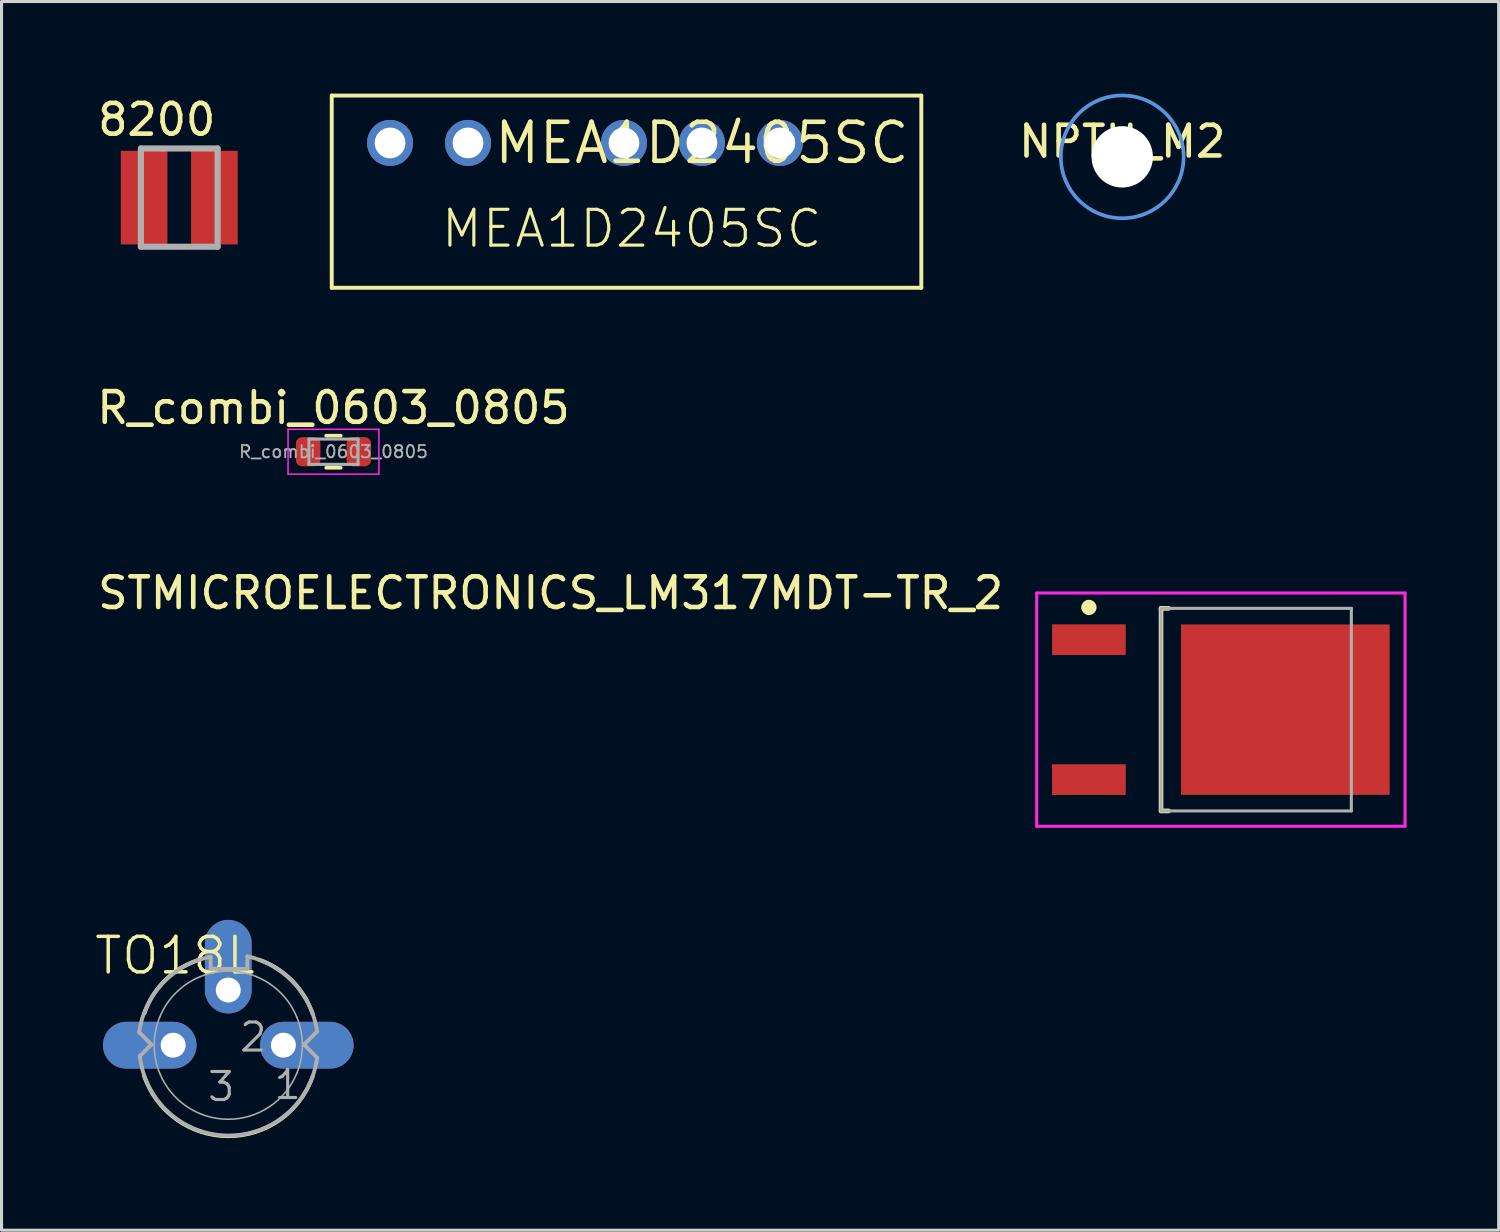
<source format=kicad_pcb>
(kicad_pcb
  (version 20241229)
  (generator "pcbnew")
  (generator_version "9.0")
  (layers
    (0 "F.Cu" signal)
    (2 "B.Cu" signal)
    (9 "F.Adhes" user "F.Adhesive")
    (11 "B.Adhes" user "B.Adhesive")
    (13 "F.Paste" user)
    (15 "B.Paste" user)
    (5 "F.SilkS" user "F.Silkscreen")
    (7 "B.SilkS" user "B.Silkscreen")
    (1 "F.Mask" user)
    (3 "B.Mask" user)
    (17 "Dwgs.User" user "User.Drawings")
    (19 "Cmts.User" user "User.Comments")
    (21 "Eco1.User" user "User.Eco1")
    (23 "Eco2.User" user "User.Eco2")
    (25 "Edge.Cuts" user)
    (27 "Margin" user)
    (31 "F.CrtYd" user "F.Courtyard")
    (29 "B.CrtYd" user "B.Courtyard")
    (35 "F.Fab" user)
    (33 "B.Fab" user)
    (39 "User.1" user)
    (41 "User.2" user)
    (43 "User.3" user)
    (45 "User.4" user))
  (footprint "8200"
    (layer "F.Cu")
    (at 2.79 3.388)
    (property "Reference" "8200" (at 1.27 -2.54 180) (layer "F.SilkS") (effects (font (size 1 1) (thickness 0.15)) (justify right)))
    (fp_line (start -1.25 -1.6) (end 1.25 -1.6) (stroke (width 0.2) (type solid)) (layer "F.Fab"))
    (fp_line (start -1.25 1.6) (end -1.25 -1.6) (stroke (width 0.2) (type solid)) (layer "F.Fab"))
    (fp_line (start 1.25 -1.6) (end 1.25 1.6) (stroke (width 0.2) (type solid)) (layer "F.Fab"))
    (fp_line (start 1.25 1.6) (end -1.25 1.6) (stroke (width 0.2) (type solid)) (layer "F.Fab"))
    (pad "1" smd rect (at -1.145 0 90) (size 3.05 1.52) (layers "F.Cu" "F.Mask" "F.Paste"))
    (pad "2" smd rect (at 1.145 0 90) (size 3.05 1.52) (layers "F.Cu" "F.Mask" "F.Paste")))
  (footprint "STMICROELECTRONICS_LM317MDT-TR_2"
    (layer "F.Cu")
    (at 36.726 20.07)
    (property "Reference" "STMICROELECTRONICS_LM317MDT-TR_2" (at -7 -3.8 180) (layer "F.SilkS") (effects (font (size 1 1) (thickness 0.15)) (justify right)))
    (fp_line (start -1.95 -3.3) (end -1.7 -3.3) (stroke (width 0.15) (type solid)) (layer "F.SilkS"))
    (fp_line (start -1.95 3.3) (end -1.95 -3.3) (stroke (width 0.15) (type solid)) (layer "F.SilkS"))
    (fp_line (start -1.95 3.3) (end -1.7 3.3) (stroke (width 0.15) (type solid)) (layer "F.SilkS"))
    (fp_circle (center -4.3 -3.33) (end -4.175 -3.33) (stroke (width 0.25) (type solid)) (fill no) (layer "F.SilkS"))
    (fp_line (start -6 -3.8) (end 6 -3.8) (stroke (width 0.1) (type solid)) (layer "F.CrtYd"))
    (fp_line (start -6 3.8) (end -6 -3.8) (stroke (width 0.1) (type solid)) (layer "F.CrtYd"))
    (fp_line (start 6 -3.8) (end 6 3.8) (stroke (width 0.1) (type solid)) (layer "F.CrtYd"))
    (fp_line (start 6 3.8) (end -6 3.8) (stroke (width 0.1) (type solid)) (layer "F.CrtYd"))
    (fp_line (start -1.95 -3.3) (end 4.25 -3.3) (stroke (width 0.1) (type solid)) (layer "F.Fab"))
    (fp_line (start -1.95 3.3) (end -1.95 -3.3) (stroke (width 0.1) (type solid)) (layer "F.Fab"))
    (fp_line (start -1.95 3.3) (end 4.25 3.3) (stroke (width 0.1) (type solid)) (layer "F.Fab"))
    (fp_line (start 4.25 3.3) (end 4.25 -3.3) (stroke (width 0.1) (type solid)) (layer "F.Fab"))
    (pad "1" smd rect (at -4.3 -2.28 90) (size 1 2.4) (layers "F.Cu" "F.Mask" "F.Paste"))
    (pad "2" smd rect (at -4.3 2.28 90) (size 1 2.4) (layers "F.Cu" "F.Mask" "F.Paste"))
    (pad "3" smd rect (at 2.1 0 90) (size 5.55 6.8) (layers "F.Cu" "F.Mask" "F.Paste")))
  (footprint "TO18L"
    (layer "F.Cu")
    (at 4.387 31.002)
    (property "Reference" "TO18L" (at 0.953 -2.919 180) (layer "F.SilkS") (effects (font (size 1.156 1.156) (thickness 0.114)) (justify right)))
    (fp_arc (start -2.73 -1.041709) (mid -2.06964 -2.10556) (end -1.005789 -2.765919) (stroke (width 0.127) (type solid)) (layer "F.SilkS"))
    (fp_arc (start 1.013409 -2.7808) (mid 2.081769 -2.100786) (end 2.747959 -1.02375) (stroke (width 0.127) (type solid)) (layer "F.SilkS"))
    (fp_arc (start 2.747958 1.023749) (mid -0.0128 2.964134) (end -2.747959 0.987828) (stroke (width 0.127) (type solid)) (layer "F.SilkS"))
    (fp_line (start -2.898 -0.417) (end -2.504 -0.023) (stroke (width 0.127) (type solid)) (layer "F.Fab"))
    (fp_line (start -2.88 0.353) (end -2.88 0.358) (stroke (width 0.127) (type solid)) (layer "F.Fab"))
    (fp_line (start -2.504 -0.023) (end -2.88 0.353) (stroke (width 0.127) (type solid)) (layer "F.Fab"))
    (fp_line (start -0.574 -2.88) (end -0.574 -2.487) (stroke (width 0.127) (type solid)) (layer "F.Fab"))
    (fp_line (start -0.574 -2.487) (end 0.62 -2.487) (stroke (width 0.127) (type solid)) (layer "F.Fab"))
    (fp_line (start 0.62 -2.487) (end 0.62 -2.87) (stroke (width 0.127) (type solid)) (layer "F.Fab"))
    (fp_line (start 2.471 -0.023) (end 2.471 -0.018) (stroke (width 0.127) (type solid)) (layer "F.Fab"))
    (fp_line (start 2.471 -0.018) (end 2.898 0.409) (stroke (width 0.127) (type solid)) (layer "F.Fab"))
    (fp_line (start 2.898 -0.45) (end 2.471 -0.023) (stroke (width 0.127) (type solid)) (layer "F.Fab"))
    (fp_arc (start -2.903218 -0.42164) (mid -2.134929 -2.021595) (end -0.581659 -2.880359) (stroke (width 0.127) (type solid)) (layer "F.Fab"))
    (fp_arc (start -2.231559 -0.917894) (mid -1.706221 -1.706222) (end -0.917893 -2.231559) (stroke (width 0.0508) (type solid)) (layer "F.Fab"))
    (fp_arc (start -2.231559 0.917893) (mid -2.412962 0) (end -2.231559 -0.917893) (stroke (width 0.0508) (type solid)) (layer "F.Fab"))
    (fp_arc (start -0.917893 -2.231559) (mid 0 -2.412962) (end 0.917893 -2.231559) (stroke (width 0.0508) (type solid)) (layer "F.Fab"))
    (fp_arc (start 0.619759 -2.89814) (mid 2.137638 -2.027018) (end 2.8956 -0.449582) (stroke (width 0.127) (type solid)) (layer "F.Fab"))
    (fp_arc (start 0.917894 -2.231559) (mid 1.706222 -1.706221) (end 2.231559 -0.917893) (stroke (width 0.0508) (type solid)) (layer "F.Fab"))
    (fp_arc (start 2.231559 -0.917893) (mid 2.412961 0) (end 2.231559 0.917893) (stroke (width 0.0508) (type solid)) (layer "F.Fab"))
    (fp_arc (start 2.231559 0.917893) (mid -0.000071 2.412982) (end -2.231701 0.917894) (stroke (width 0.0508) (type solid)) (layer "F.Fab"))
    (fp_arc (start 2.893059 0.414018) (mid -0.021828 2.944127) (end -2.88036 0.350517) (stroke (width 0.127) (type solid)) (layer "F.Fab"))
    (fp_text user "2" (at 0.311 -0.795 180) (layer "F.Fab") (effects (font (size 0.914 0.914) (thickness 0.102)) (justify left top)))
    (fp_text user "1" (at 1.433 0.752 180) (layer "F.Fab") (effects (font (size 0.914 0.914) (thickness 0.102)) (justify left top)))
    (fp_text user "3" (at -0.733 0.818 180) (layer "F.Fab") (effects (font (size 0.914 0.914) (thickness 0.102)) (justify left top)))
    (pad "1" thru_hole oval (at 1.796 0) (size 3.048 1.524) (drill 0.813 (offset 0.762 0)) (layers "*.Cu" "*.Mask"))
    (pad "2" thru_hole oval (at 0 -1.796 90) (size 3.048 1.524) (drill 0.813 (offset 0.762 0)) (layers "*.Cu" "*.Mask"))
    (pad "3" thru_hole oval (at -1.796 0 180) (size 3.048 1.524) (drill 0.813 (offset 0.762 0)) (layers "*.Cu" "*.Mask")))
  (footprint "MEA1D2405SC"
    (layer "F.Cu")
    (at 19.818 1.607)
    (property "Reference" "MEA1D2405SC" (at 0 0 0) (layer "F.SilkS") (effects (font (size 1.27 1.27) (thickness 0.15))))
    (fp_line (start -12.06 -1.543) (end 7.148 -1.543) (stroke (width 0.127) (type solid)) (layer "F.SilkS"))
    (fp_line (start -12.06 4.718) (end -12.06 -1.543) (stroke (width 0.127) (type solid)) (layer "F.SilkS"))
    (fp_line (start 7.148 -1.543) (end 7.148 4.718) (stroke (width 0.127) (type solid)) (layer "F.SilkS"))
    (fp_line (start 7.148 4.718) (end -12.06 4.718) (stroke (width 0.127) (type solid)) (layer "F.SilkS"))
    (fp_text user "MEA1D2405SC" (at -2.286 2.794 0) (layer "F.SilkS") (effects (font (size 1.168 1.168) (thickness 0.102))))
    (pad "1" thru_hole circle (at -10.16 0) (size 1.5 1.5) (drill 1) (layers "*.Cu" "*.Mask"))
    (pad "2" thru_hole circle (at -7.62 0) (size 1.5 1.5) (drill 1) (layers "*.Cu" "*.Mask"))
    (pad "4" thru_hole circle (at -2.54 0) (size 1.5 1.5) (drill 1) (layers "*.Cu" "*.Mask"))
    (pad "5" thru_hole circle (at 0 0) (size 1.5 1.5) (drill 1) (layers "*.Cu" "*.Mask"))
    (pad "6" thru_hole circle (at 2.54 0) (size 1.5 1.5) (drill 1) (layers "*.Cu" "*.Mask")))
  (footprint "NPTH_M2"
    (layer "F.Cu")
    (at 33.512 2.06)
    (property "Reference" "NPTH_M2" (at 0 -0.5 0) (unlocked yes) (layer "F.SilkS") (effects (font (size 1 1) (thickness 0.15))))
    (attr smd)
    (fp_circle (center 0 0) (end 2 0) (stroke (width 0.12) (type default)) (fill no) (layer "Cmts.User"))
    (pad "" np_thru_hole circle (at 0 0) (size 2 2) (drill 2.2) (layers "*.Cu" "*.Mask")))
  (footprint "R_combi_0603_0805"
    (layer "F.Cu")
    (at 7.815 11.667)
    (property "Reference" "R_combi_0603_0805" (at 0 -1.43 0) (layer "F.SilkS") (effects (font (size 1 1) (thickness 0.15))))
    (attr smd)
    (fp_line (start -0.237 -0.522) (end 0.237 -0.522) (stroke (width 0.12) (type solid)) (layer "F.SilkS"))
    (fp_line (start -0.237 0.522) (end 0.237 0.522) (stroke (width 0.12) (type solid)) (layer "F.SilkS"))
    (fp_line (start -1.48 -0.73) (end 1.48 -0.73) (stroke (width 0.05) (type solid)) (layer "F.CrtYd"))
    (fp_line (start -1.48 0.73) (end -1.48 -0.73) (stroke (width 0.05) (type solid)) (layer "F.CrtYd"))
    (fp_line (start 1.48 -0.73) (end 1.48 0.73) (stroke (width 0.05) (type solid)) (layer "F.CrtYd"))
    (fp_line (start 1.48 0.73) (end -1.48 0.73) (stroke (width 0.05) (type solid)) (layer "F.CrtYd"))
    (fp_line (start -0.8 -0.412) (end 0.8 -0.412) (stroke (width 0.1) (type solid)) (layer "F.Fab"))
    (fp_line (start -0.8 0.412) (end -0.8 -0.412) (stroke (width 0.1) (type solid)) (layer "F.Fab"))
    (fp_line (start 0.8 -0.412) (end 0.8 0.412) (stroke (width 0.1) (type solid)) (layer "F.Fab"))
    (fp_line (start 0.8 0.412) (end -0.8 0.412) (stroke (width 0.1) (type solid)) (layer "F.Fab"))
    (fp_text user "${REFERENCE}" (at 0 0 0) (layer "F.Fab") (effects (font (size 0.4 0.4) (thickness 0.06))))
    (pad "1" smd roundrect (at -0.825 0) (size 0.8 0.95) (layers "F.Cu" "F.Mask" "F.Paste") (roundrect_rratio 0.25))
    (pad "2" smd roundrect (at 0.825 0) (size 0.8 0.95) (layers "F.Cu" "F.Mask" "F.Paste") (roundrect_rratio 0.25)))
  (gr_rect
    (start -3 -3)
    (end 45.776 37.03)
    (stroke (width 0.1) (type default))
    (fill no)
    (layer "Edge.Cuts")))
</source>
